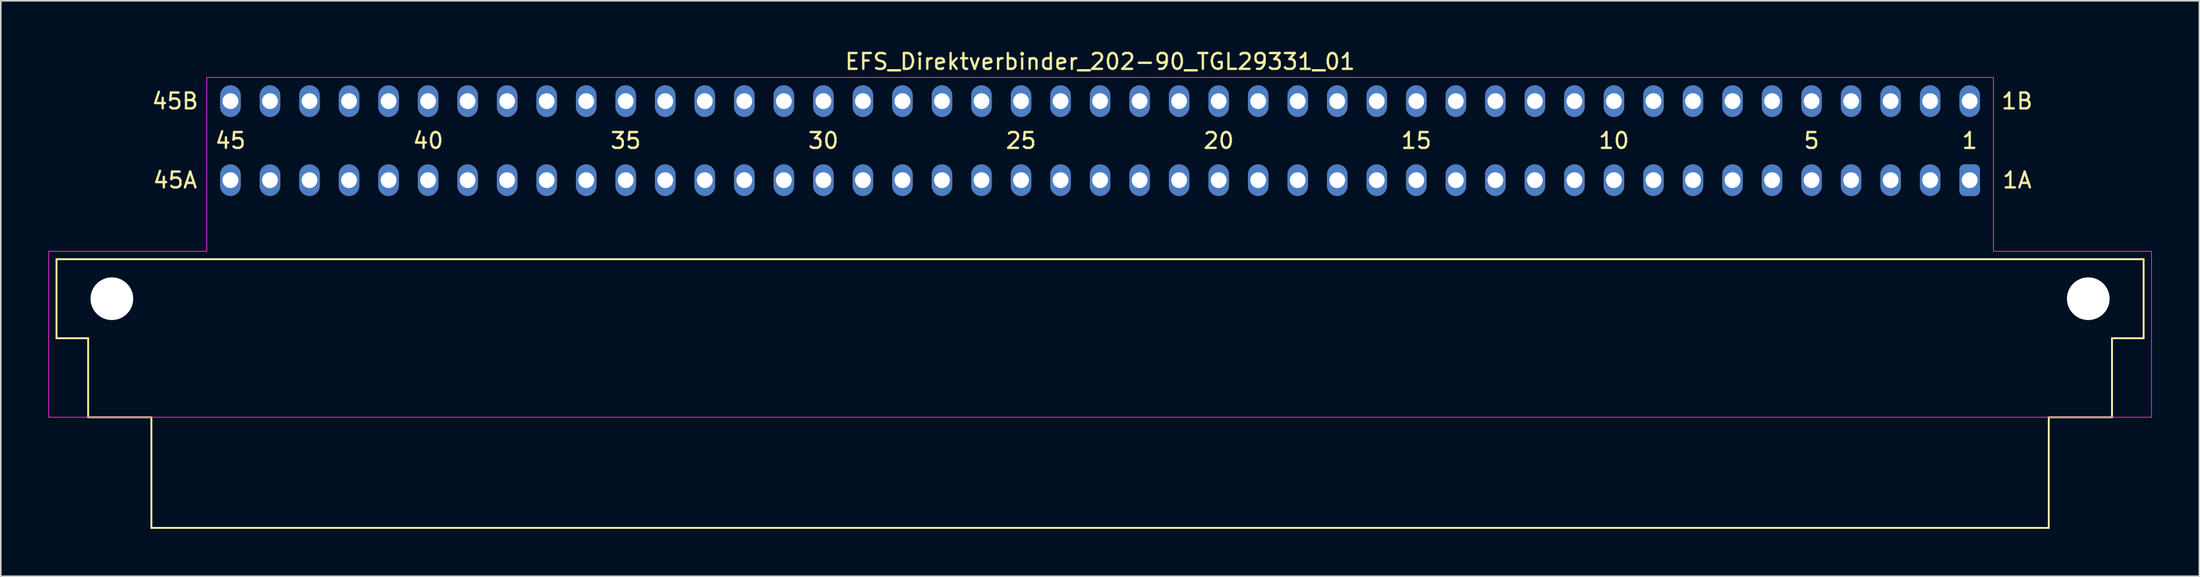
<source format=kicad_pcb>
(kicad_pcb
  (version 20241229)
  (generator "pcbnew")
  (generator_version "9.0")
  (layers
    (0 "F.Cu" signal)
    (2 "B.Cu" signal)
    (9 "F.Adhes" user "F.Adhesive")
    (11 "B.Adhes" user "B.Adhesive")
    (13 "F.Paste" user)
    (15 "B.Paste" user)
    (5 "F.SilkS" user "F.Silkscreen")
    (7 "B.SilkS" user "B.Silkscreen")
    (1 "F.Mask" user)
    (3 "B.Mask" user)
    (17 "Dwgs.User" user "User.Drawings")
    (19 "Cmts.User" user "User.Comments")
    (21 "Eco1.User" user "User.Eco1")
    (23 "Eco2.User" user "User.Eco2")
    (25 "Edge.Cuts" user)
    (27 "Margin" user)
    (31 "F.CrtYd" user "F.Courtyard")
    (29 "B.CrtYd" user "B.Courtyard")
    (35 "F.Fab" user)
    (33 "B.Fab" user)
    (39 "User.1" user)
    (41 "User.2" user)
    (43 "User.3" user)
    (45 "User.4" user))
  (footprint "EFS_Direktverbinder_202-90_TGL29331_01"
    (layer "F.Cu")
    (at 66.525 20.848)
    (property "Reference" "EFS_Direktverbinder_202-90_TGL29331_01" (at 0 -20 180) (layer "F.SilkS") (effects (font (size 1 1) (thickness 0.15))))
    (attr through_hole)
    (fp_line (start -66 -7.5) (end -66 -2.5) (stroke (width 0.12) (type solid)) (layer "F.SilkS"))
    (fp_line (start -66 -7.5) (end 66 -7.5) (stroke (width 0.12) (type solid)) (layer "F.SilkS"))
    (fp_line (start -66 -2.5) (end -64 -2.5) (stroke (width 0.12) (type solid)) (layer "F.SilkS"))
    (fp_line (start -64 -2.5) (end -64 2.5) (stroke (width 0.12) (type solid)) (layer "F.SilkS"))
    (fp_line (start -64 2.5) (end -60 2.5) (stroke (width 0.12) (type solid)) (layer "F.SilkS"))
    (fp_line (start -60 2.5) (end -60 9.5) (stroke (width 0.12) (type solid)) (layer "F.SilkS"))
    (fp_line (start -60 9.5) (end 60 9.5) (stroke (width 0.12) (type solid)) (layer "F.SilkS"))
    (fp_line (start 60 2.5) (end 64 2.5) (stroke (width 0.12) (type solid)) (layer "F.SilkS"))
    (fp_line (start 60 9.5) (end 60 2.5) (stroke (width 0.12) (type solid)) (layer "F.SilkS"))
    (fp_line (start 64 -2.5) (end 66 -2.5) (stroke (width 0.12) (type solid)) (layer "F.SilkS"))
    (fp_line (start 64 2.5) (end 64 -2.5) (stroke (width 0.12) (type solid)) (layer "F.SilkS"))
    (fp_line (start 66 -2.5) (end 66 -7.5) (stroke (width 0.12) (type solid)) (layer "F.SilkS"))
    (fp_line (start -66.5 2.5) (end -66.5 -8) (stroke (width 0.05) (type solid)) (layer "F.CrtYd"))
    (fp_line (start -56.5 -19) (end 56.5 -19) (stroke (width 0.05) (type solid)) (layer "F.CrtYd"))
    (fp_line (start -56.5 -8) (end -66.5 -8) (stroke (width 0.05) (type solid)) (layer "F.CrtYd"))
    (fp_line (start -56.5 -8) (end -56.5 -19) (stroke (width 0.05) (type solid)) (layer "F.CrtYd"))
    (fp_line (start 56.5 -19) (end 56.5 -8) (stroke (width 0.05) (type solid)) (layer "F.CrtYd"))
    (fp_line (start 56.5 -8) (end 66.5 -8) (stroke (width 0.05) (type solid)) (layer "F.CrtYd"))
    (fp_line (start 66.5 -8) (end 66.5 2.5) (stroke (width 0.05) (type solid)) (layer "F.CrtYd"))
    (fp_line (start 66.5 2.5) (end -66.5 2.5) (stroke (width 0.05) (type solid)) (layer "F.CrtYd"))
    (fp_text user "20" (at 7.5 -15 180) (layer "F.SilkS") (effects (font (size 1 1) (thickness 0.15))))
    (fp_text user "5" (at 45 -15 180) (layer "F.SilkS") (effects (font (size 1 1) (thickness 0.15))))
    (fp_text user "10" (at 32.5 -15 180) (layer "F.SilkS") (effects (font (size 1 1) (thickness 0.15))))
    (fp_text user "40" (at -42.5 -15 180) (layer "F.SilkS") (effects (font (size 1 1) (thickness 0.15))))
    (fp_text user "1B" (at 58 -17.5 0) (layer "F.SilkS") (effects (font (size 1 1) (thickness 0.15))))
    (fp_text user "45A" (at -58.5 -12.5 0) (layer "F.SilkS") (effects (font (size 1 1) (thickness 0.15))))
    (fp_text user "1" (at 55 -15 180) (layer "F.SilkS") (effects (font (size 1 1) (thickness 0.15))))
    (fp_text user "35" (at -30 -15 180) (layer "F.SilkS") (effects (font (size 1 1) (thickness 0.15))))
    (fp_text user "15" (at 20 -15 180) (layer "F.SilkS") (effects (font (size 1 1) (thickness 0.15))))
    (fp_text user "45B" (at -58.5 -17.5 0) (layer "F.SilkS") (effects (font (size 1 1) (thickness 0.15))))
    (fp_text user "45" (at -55 -15 180) (layer "F.SilkS") (effects (font (size 1 1) (thickness 0.15))))
    (fp_text user "30" (at -17.5 -15 180) (layer "F.SilkS") (effects (font (size 1 1) (thickness 0.15))))
    (fp_text user "25" (at -5 -15 180) (layer "F.SilkS") (effects (font (size 1 1) (thickness 0.15))))
    (fp_text user "1A" (at 58 -12.5 0) (layer "F.SilkS") (effects (font (size 1 1) (thickness 0.15))))
    (pad "" np_thru_hole circle (at -62.5 -5) (size 2.7 2.7) (drill 2.7) (layers "*.Cu" "*.Mask"))
    (pad "" np_thru_hole circle (at 62.5 -5) (size 2.7 2.7) (drill 2.7) (layers "*.Cu" "*.Mask"))
    (pad "1a" thru_hole roundrect (at 55 -12.5) (size 1.3 2) (drill 1) (layers "*.Cu" "*.Mask") (roundrect_rratio 0.25))
    (pad "1b" thru_hole oval (at 55 -17.5) (size 1.3 2) (drill 1) (layers "*.Cu" "*.Mask"))
    (pad "2a" thru_hole oval (at 52.5 -12.5) (size 1.3 2) (drill 1) (layers "*.Cu" "*.Mask"))
    (pad "2b" thru_hole oval (at 52.5 -17.5) (size 1.3 2) (drill 1) (layers "*.Cu" "*.Mask"))
    (pad "3a" thru_hole oval (at 50 -12.5) (size 1.3 2) (drill 1) (layers "*.Cu" "*.Mask"))
    (pad "3b" thru_hole oval (at 50 -17.5) (size 1.3 2) (drill 1) (layers "*.Cu" "*.Mask"))
    (pad "4a" thru_hole oval (at 47.5 -12.5) (size 1.3 2) (drill 1) (layers "*.Cu" "*.Mask"))
    (pad "4b" thru_hole oval (at 47.5 -17.5) (size 1.3 2) (drill 1) (layers "*.Cu" "*.Mask"))
    (pad "5a" thru_hole oval (at 45 -12.5) (size 1.3 2) (drill 1) (layers "*.Cu" "*.Mask"))
    (pad "5b" thru_hole oval (at 45 -17.5) (size 1.3 2) (drill 1) (layers "*.Cu" "*.Mask"))
    (pad "6a" thru_hole oval (at 42.5 -12.5) (size 1.3 2) (drill 1) (layers "*.Cu" "*.Mask"))
    (pad "6b" thru_hole oval (at 42.5 -17.5) (size 1.3 2) (drill 1) (layers "*.Cu" "*.Mask"))
    (pad "7a" thru_hole oval (at 40 -12.5) (size 1.3 2) (drill 1) (layers "*.Cu" "*.Mask"))
    (pad "7b" thru_hole oval (at 40 -17.5) (size 1.3 2) (drill 1) (layers "*.Cu" "*.Mask"))
    (pad "8a" thru_hole oval (at 37.5 -12.5) (size 1.3 2) (drill 1) (layers "*.Cu" "*.Mask"))
    (pad "8b" thru_hole oval (at 37.5 -17.5) (size 1.3 2) (drill 1) (layers "*.Cu" "*.Mask"))
    (pad "9a" thru_hole oval (at 35 -12.5) (size 1.3 2) (drill 1) (layers "*.Cu" "*.Mask"))
    (pad "9b" thru_hole oval (at 35 -17.5) (size 1.3 2) (drill 1) (layers "*.Cu" "*.Mask"))
    (pad "10a" thru_hole oval (at 32.5 -12.5) (size 1.3 2) (drill 1) (layers "*.Cu" "*.Mask"))
    (pad "10b" thru_hole oval (at 32.5 -17.5) (size 1.3 2) (drill 1) (layers "*.Cu" "*.Mask"))
    (pad "11a" thru_hole oval (at 30 -12.5) (size 1.3 2) (drill 1) (layers "*.Cu" "*.Mask"))
    (pad "11b" thru_hole oval (at 30 -17.5) (size 1.3 2) (drill 1) (layers "*.Cu" "*.Mask"))
    (pad "12a" thru_hole oval (at 27.5 -12.5) (size 1.3 2) (drill 1) (layers "*.Cu" "*.Mask"))
    (pad "12b" thru_hole oval (at 27.5 -17.5) (size 1.3 2) (drill 1) (layers "*.Cu" "*.Mask"))
    (pad "13a" thru_hole oval (at 25 -12.5) (size 1.3 2) (drill 1) (layers "*.Cu" "*.Mask"))
    (pad "13b" thru_hole oval (at 25 -17.5) (size 1.3 2) (drill 1) (layers "*.Cu" "*.Mask"))
    (pad "14a" thru_hole oval (at 22.5 -12.5) (size 1.3 2) (drill 1) (layers "*.Cu" "*.Mask"))
    (pad "14b" thru_hole oval (at 22.5 -17.5) (size 1.3 2) (drill 1) (layers "*.Cu" "*.Mask"))
    (pad "15a" thru_hole oval (at 20 -12.5) (size 1.3 2) (drill 1) (layers "*.Cu" "*.Mask"))
    (pad "15b" thru_hole oval (at 20 -17.5) (size 1.3 2) (drill 1) (layers "*.Cu" "*.Mask"))
    (pad "16a" thru_hole oval (at 17.5 -12.5) (size 1.3 2) (drill 1) (layers "*.Cu" "*.Mask"))
    (pad "16b" thru_hole oval (at 17.5 -17.5) (size 1.3 2) (drill 1) (layers "*.Cu" "*.Mask"))
    (pad "17a" thru_hole oval (at 15 -12.5) (size 1.3 2) (drill 1) (layers "*.Cu" "*.Mask"))
    (pad "17b" thru_hole oval (at 15 -17.5) (size 1.3 2) (drill 1) (layers "*.Cu" "*.Mask"))
    (pad "18a" thru_hole oval (at 12.5 -12.5) (size 1.3 2) (drill 1) (layers "*.Cu" "*.Mask"))
    (pad "18b" thru_hole oval (at 12.5 -17.5) (size 1.3 2) (drill 1) (layers "*.Cu" "*.Mask"))
    (pad "19a" thru_hole oval (at 10 -12.5) (size 1.3 2) (drill 1) (layers "*.Cu" "*.Mask"))
    (pad "19b" thru_hole oval (at 10 -17.5) (size 1.3 2) (drill 1) (layers "*.Cu" "*.Mask"))
    (pad "20a" thru_hole oval (at 7.5 -12.5) (size 1.3 2) (drill 1) (layers "*.Cu" "*.Mask"))
    (pad "20b" thru_hole oval (at 7.5 -17.5) (size 1.3 2) (drill 1) (layers "*.Cu" "*.Mask"))
    (pad "21a" thru_hole oval (at 5 -12.5) (size 1.3 2) (drill 1) (layers "*.Cu" "*.Mask"))
    (pad "21b" thru_hole oval (at 5 -17.5) (size 1.3 2) (drill 1) (layers "*.Cu" "*.Mask"))
    (pad "22a" thru_hole oval (at 2.5 -12.5) (size 1.3 2) (drill 1) (layers "*.Cu" "*.Mask"))
    (pad "22b" thru_hole oval (at 2.5 -17.5) (size 1.3 2) (drill 1) (layers "*.Cu" "*.Mask"))
    (pad "23a" thru_hole oval (at 0 -12.5) (size 1.3 2) (drill 1) (layers "*.Cu" "*.Mask"))
    (pad "23b" thru_hole oval (at 0 -17.5) (size 1.3 2) (drill 1) (layers "*.Cu" "*.Mask"))
    (pad "24a" thru_hole oval (at -2.5 -12.5) (size 1.3 2) (drill 1) (layers "*.Cu" "*.Mask"))
    (pad "24b" thru_hole oval (at -2.5 -17.5) (size 1.3 2) (drill 1) (layers "*.Cu" "*.Mask"))
    (pad "25a" thru_hole oval (at -5 -12.5) (size 1.3 2) (drill 1) (layers "*.Cu" "*.Mask"))
    (pad "25b" thru_hole oval (at -5 -17.5) (size 1.3 2) (drill 1) (layers "*.Cu" "*.Mask"))
    (pad "26a" thru_hole oval (at -7.5 -12.5) (size 1.3 2) (drill 1) (layers "*.Cu" "*.Mask"))
    (pad "26b" thru_hole oval (at -7.5 -17.5) (size 1.3 2) (drill 1) (layers "*.Cu" "*.Mask"))
    (pad "27a" thru_hole oval (at -10 -12.5) (size 1.3 2) (drill 1) (layers "*.Cu" "*.Mask"))
    (pad "27b" thru_hole oval (at -10 -17.5) (size 1.3 2) (drill 1) (layers "*.Cu" "*.Mask"))
    (pad "28a" thru_hole oval (at -12.5 -12.5) (size 1.3 2) (drill 1) (layers "*.Cu" "*.Mask"))
    (pad "28b" thru_hole oval (at -12.5 -17.5) (size 1.3 2) (drill 1) (layers "*.Cu" "*.Mask"))
    (pad "29a" thru_hole oval (at -15 -12.5) (size 1.3 2) (drill 1) (layers "*.Cu" "*.Mask"))
    (pad "29b" thru_hole oval (at -15 -17.5) (size 1.3 2) (drill 1) (layers "*.Cu" "*.Mask"))
    (pad "30a" thru_hole oval (at -17.5 -12.5) (size 1.3 2) (drill 1) (layers "*.Cu" "*.Mask"))
    (pad "30b" thru_hole oval (at -17.5 -17.5) (size 1.3 2) (drill 1) (layers "*.Cu" "*.Mask"))
    (pad "31a" thru_hole oval (at -20 -12.5) (size 1.3 2) (drill 1) (layers "*.Cu" "*.Mask"))
    (pad "31b" thru_hole oval (at -20 -17.5) (size 1.3 2) (drill 1) (layers "*.Cu" "*.Mask"))
    (pad "32a" thru_hole oval (at -22.5 -12.5) (size 1.3 2) (drill 1) (layers "*.Cu" "*.Mask"))
    (pad "32b" thru_hole oval (at -22.5 -17.5) (size 1.3 2) (drill 1) (layers "*.Cu" "*.Mask"))
    (pad "33a" thru_hole oval (at -25 -12.5) (size 1.3 2) (drill 1) (layers "*.Cu" "*.Mask"))
    (pad "33b" thru_hole oval (at -25 -17.5) (size 1.3 2) (drill 1) (layers "*.Cu" "*.Mask"))
    (pad "34a" thru_hole oval (at -27.5 -12.5) (size 1.3 2) (drill 1) (layers "*.Cu" "*.Mask"))
    (pad "34b" thru_hole oval (at -27.5 -17.5) (size 1.3 2) (drill 1) (layers "*.Cu" "*.Mask"))
    (pad "35a" thru_hole oval (at -30 -12.5) (size 1.3 2) (drill 1) (layers "*.Cu" "*.Mask"))
    (pad "35b" thru_hole oval (at -30 -17.5) (size 1.3 2) (drill 1) (layers "*.Cu" "*.Mask"))
    (pad "36a" thru_hole oval (at -32.5 -12.5) (size 1.3 2) (drill 1) (layers "*.Cu" "*.Mask"))
    (pad "36b" thru_hole oval (at -32.5 -17.5) (size 1.3 2) (drill 1) (layers "*.Cu" "*.Mask"))
    (pad "37a" thru_hole oval (at -35 -12.5) (size 1.3 2) (drill 1) (layers "*.Cu" "*.Mask"))
    (pad "37b" thru_hole oval (at -35 -17.5) (size 1.3 2) (drill 1) (layers "*.Cu" "*.Mask"))
    (pad "38a" thru_hole oval (at -37.5 -12.5) (size 1.3 2) (drill 1) (layers "*.Cu" "*.Mask"))
    (pad "38b" thru_hole oval (at -37.5 -17.5) (size 1.3 2) (drill 1) (layers "*.Cu" "*.Mask"))
    (pad "39a" thru_hole oval (at -40 -12.5) (size 1.3 2) (drill 1) (layers "*.Cu" "*.Mask"))
    (pad "39b" thru_hole oval (at -40 -17.5) (size 1.3 2) (drill 1) (layers "*.Cu" "*.Mask"))
    (pad "40a" thru_hole oval (at -42.5 -12.5) (size 1.3 2) (drill 1) (layers "*.Cu" "*.Mask"))
    (pad "40b" thru_hole oval (at -42.5 -17.5) (size 1.3 2) (drill 1) (layers "*.Cu" "*.Mask"))
    (pad "41a" thru_hole oval (at -45 -12.5) (size 1.3 2) (drill 1) (layers "*.Cu" "*.Mask"))
    (pad "41b" thru_hole oval (at -45 -17.5) (size 1.3 2) (drill 1) (layers "*.Cu" "*.Mask"))
    (pad "42a" thru_hole oval (at -47.5 -12.5) (size 1.3 2) (drill 1) (layers "*.Cu" "*.Mask"))
    (pad "42b" thru_hole oval (at -47.5 -17.5) (size 1.3 2) (drill 1) (layers "*.Cu" "*.Mask"))
    (pad "43a" thru_hole oval (at -50 -12.5) (size 1.3 2) (drill 1) (layers "*.Cu" "*.Mask"))
    (pad "43b" thru_hole oval (at -50 -17.5) (size 1.3 2) (drill 1) (layers "*.Cu" "*.Mask"))
    (pad "44a" thru_hole oval (at -52.5 -12.5) (size 1.3 2) (drill 1) (layers "*.Cu" "*.Mask"))
    (pad "44b" thru_hole oval (at -52.5 -17.5) (size 1.3 2) (drill 1) (layers "*.Cu" "*.Mask"))
    (pad "45a" thru_hole oval (at -55 -12.5) (size 1.3 2) (drill 1) (layers "*.Cu" "*.Mask"))
    (pad "45b" thru_hole oval (at -55 -17.5) (size 1.3 2) (drill 1) (layers "*.Cu" "*.Mask")))
  (gr_rect
    (start -3 -3)
    (end 136.05 33.408)
    (stroke (width 0.1) (type default))
    (fill no)
    (layer "Edge.Cuts")))
</source>
